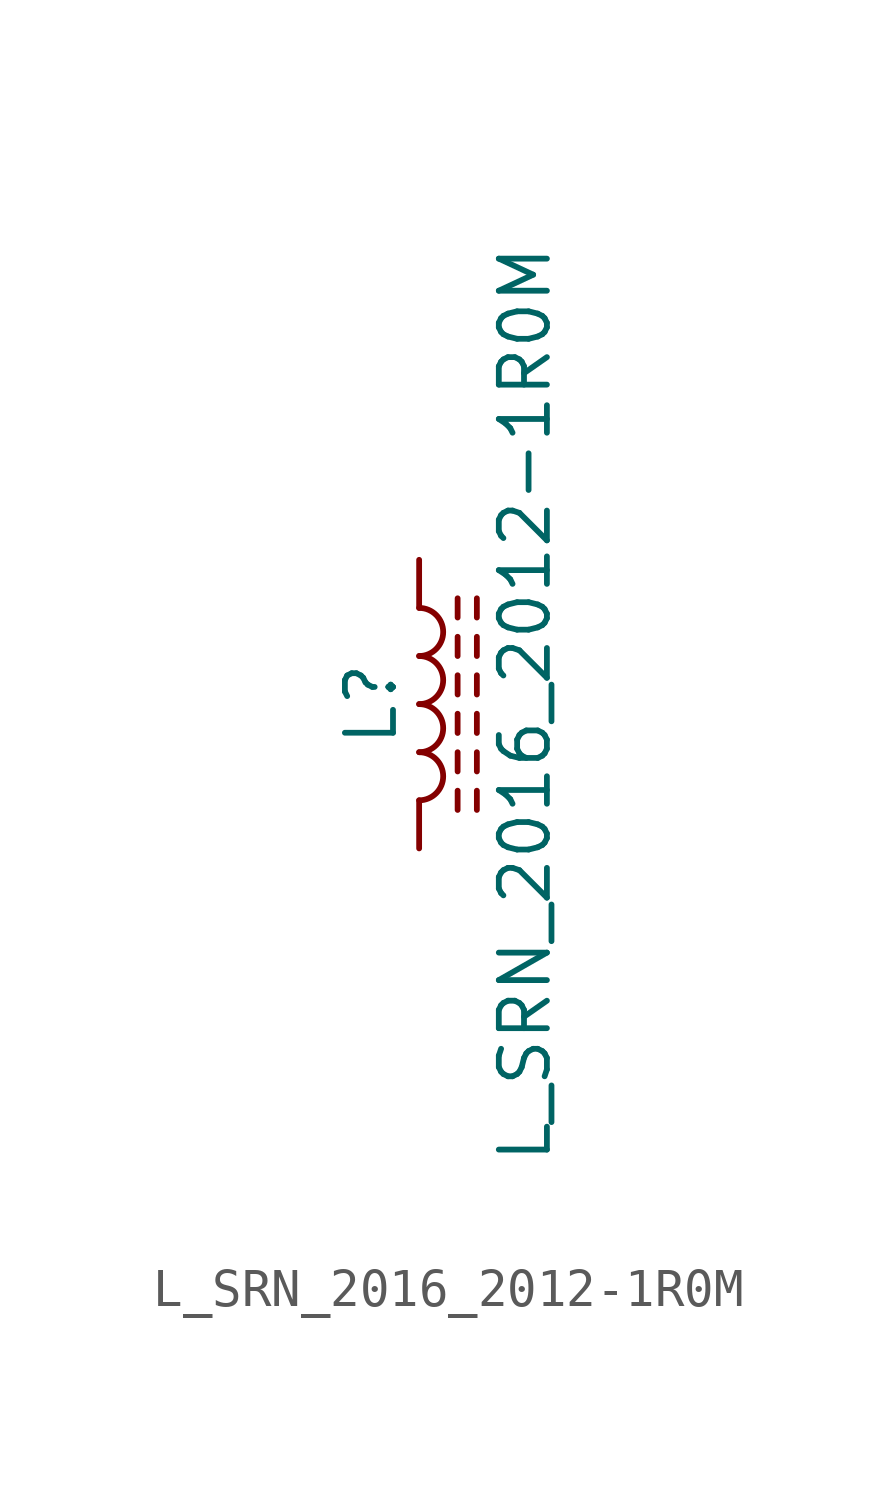
<source format=kicad_sym>
(kicad_symbol_lib
  (version 20211014)
  (generator kicad_symbol_editor)
  (symbol "L_SRN_2016_2012-1R0M"
    (pin_numbers hide)
    (pin_names
      (offset 1.016) hide)
    (property "Reference" "L"
      (at -1.27 0 90)
      (effects (font (size 1.27 1.27))))
    (property "Value" "L_SRN_2016_2012-1R0M"
      (at 2.794 0 90)
      (effects (font (size 1.27 1.27))))
    (symbol "L_SRN_2016_2012-1R0M_0_1"
      (arc (start 0 -2.54) (mid 0.635 -1.905) (end 0 -1.27) (stroke (width 0) (type default) (color 0 0 0 0)) (fill (type none)))
      (arc (start 0 -1.27) (mid 0.635 -0.635) (end 0 0) (stroke (width 0) (type default) (color 0 0 0 0)) (fill (type none)))
      (polyline (pts (xy 1.016 -2.794) (xy 1.016 -2.286)) (stroke (width 0) (type default) (color 0 0 0 0)) (fill (type none)))
      (polyline (pts (xy 1.016 -1.778) (xy 1.016 -1.27)) (stroke (width 0) (type default) (color 0 0 0 0)) (fill (type none)))
      (polyline (pts (xy 1.016 -0.762) (xy 1.016 -0.254)) (stroke (width 0) (type default) (color 0 0 0 0)) (fill (type none)))
      (polyline (pts (xy 1.016 0.254) (xy 1.016 0.762)) (stroke (width 0) (type default) (color 0 0 0 0)) (fill (type none)))
      (polyline (pts (xy 1.016 1.27) (xy 1.016 1.778)) (stroke (width 0) (type default) (color 0 0 0 0)) (fill (type none)))
      (polyline (pts (xy 1.016 2.286) (xy 1.016 2.794)) (stroke (width 0) (type default) (color 0 0 0 0)) (fill (type none)))
      (polyline (pts (xy 1.524 -2.286) (xy 1.524 -2.794)) (stroke (width 0) (type default) (color 0 0 0 0)) (fill (type none)))
      (polyline (pts (xy 1.524 -1.27) (xy 1.524 -1.778)) (stroke (width 0) (type default) (color 0 0 0 0)) (fill (type none)))
      (polyline (pts (xy 1.524 -0.254) (xy 1.524 -0.762)) (stroke (width 0) (type default) (color 0 0 0 0)) (fill (type none)))
      (polyline (pts (xy 1.524 0.762) (xy 1.524 0.254)) (stroke (width 0) (type default) (color 0 0 0 0)) (fill (type none)))
      (polyline (pts (xy 1.524 1.778) (xy 1.524 1.27)) (stroke (width 0) (type default) (color 0 0 0 0)) (fill (type none)))
      (polyline (pts (xy 1.524 2.794) (xy 1.524 2.286)) (stroke (width 0) (type default) (color 0 0 0 0)) (fill (type none)))
      (arc (start 0 0) (mid 0.635 0.635) (end 0 1.27) (stroke (width 0) (type default) (color 0 0 0 0)) (fill (type none)))
      (arc (start 0 1.27) (mid 0.635 1.905) (end 0 2.54) (stroke (width 0) (type default) (color 0 0 0 0)) (fill (type none))))
    (symbol "L_SRN_2016_2012-1R0M_1_1"
      (pin passive line (at 0 3.81 270) (length 1.27) (name "1" (effects (font (size 1.27 1.27)))) (number "1" (effects (font (size 1.27 1.27)))))
      (pin passive line (at 0 -3.81 90) (length 1.27) (name "2" (effects (font (size 1.27 1.27)))) (number "2" (effects (font (size 1.27 1.27))))))))
</source>
